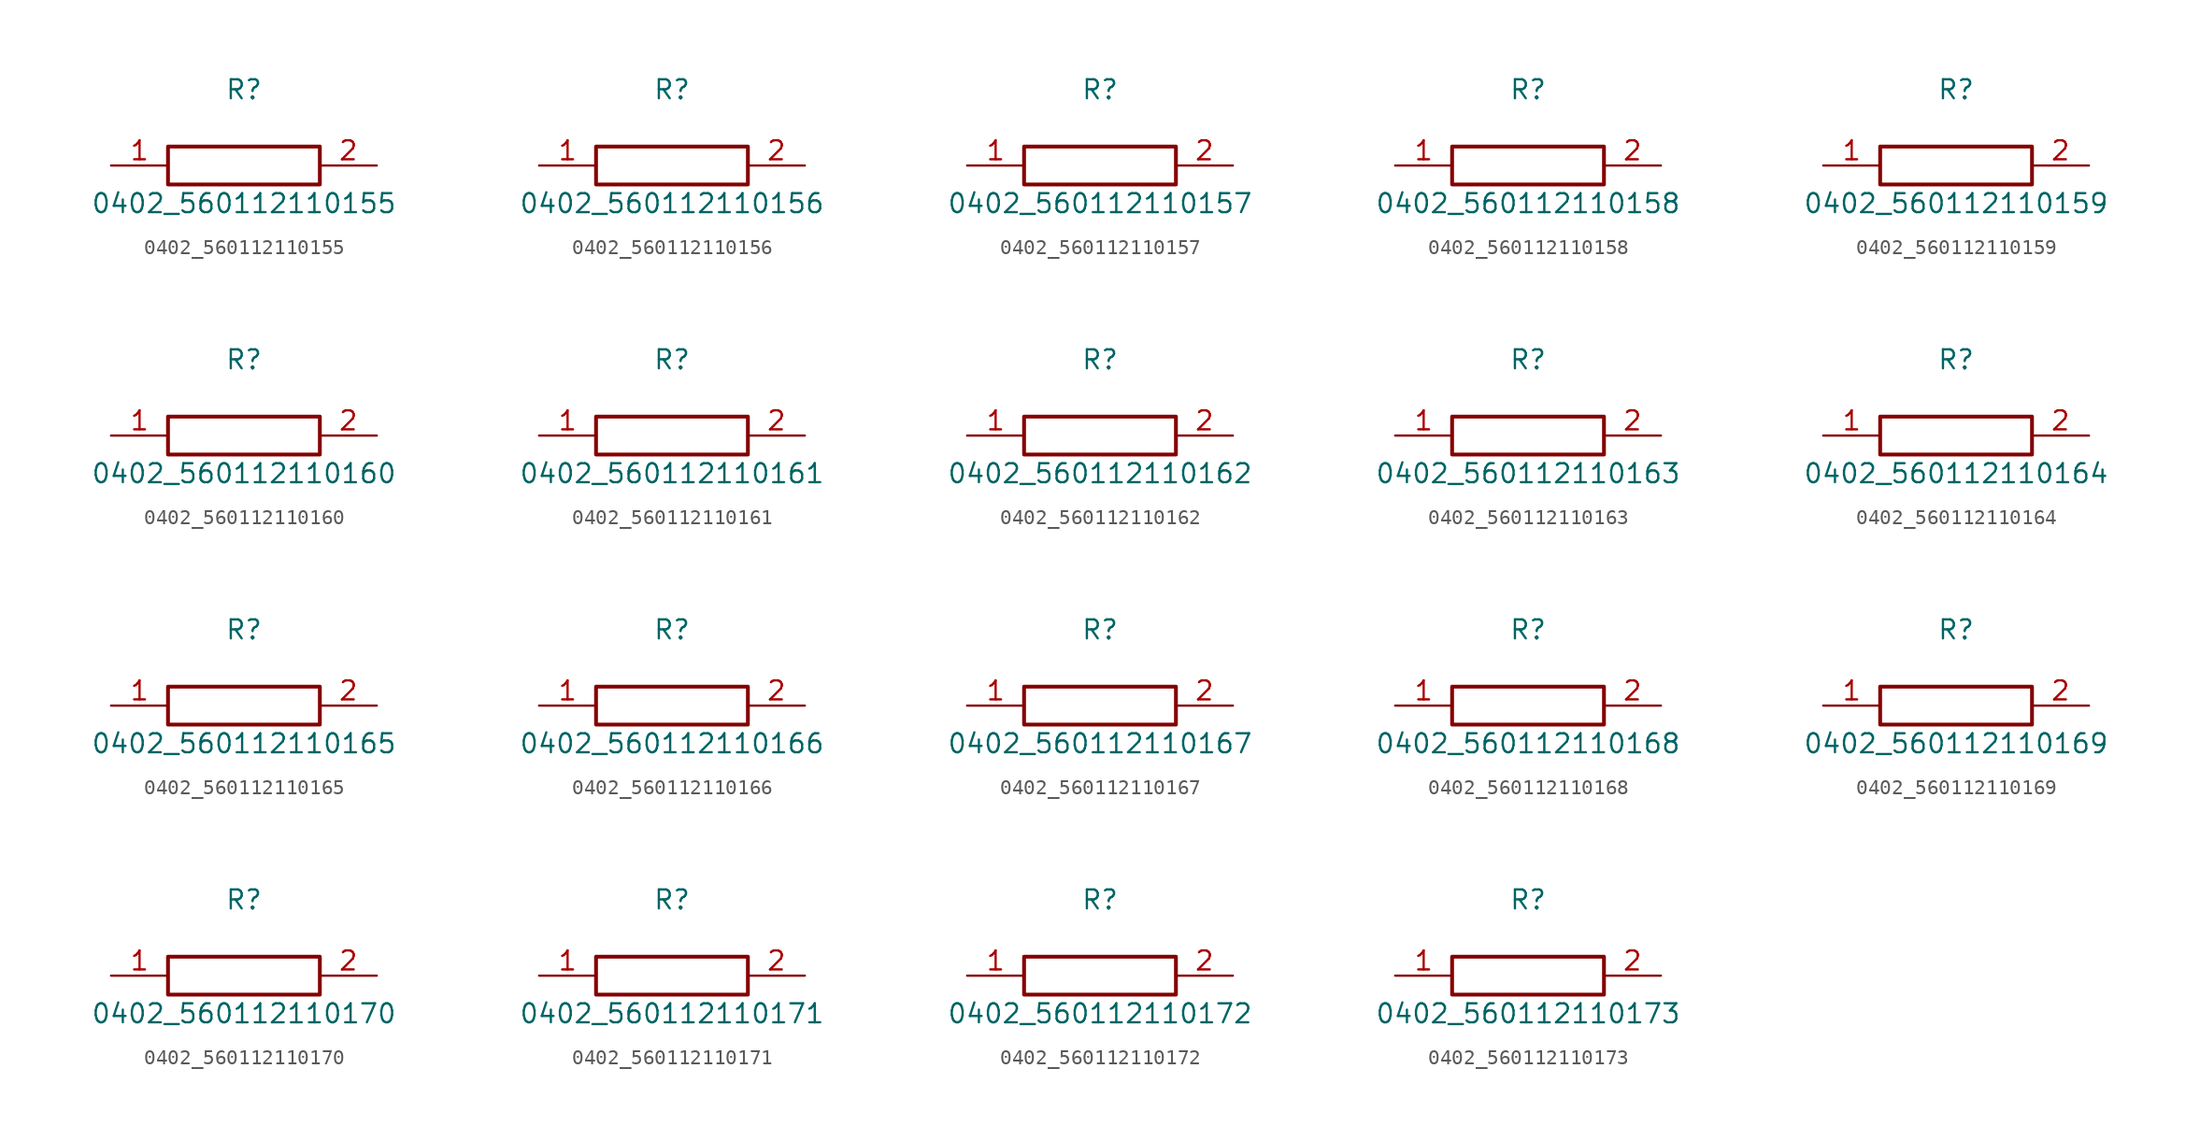
<source format=kicad_sym>
(kicad_symbol_lib
  (version 20211014)
  (generator kicad_symbol_editor)
  (symbol "Resistor_Wurth_WRIS-RSKS:0402_560112110155"
    (pin_names hide)
    (property "Reference" "R"
      (at 0 5.08 0)
      (effects (font (size 1.27 1.27))))
    (property "Value" "0402_560112110155"
      (at 0 -2.54 0)
      (effects (font (size 1.27 1.27))))
    (symbol "0402_560112110155_0_1"
      (rectangle (start -5.08 1.27) (end 5.08 -1.27) (stroke (width 0.254) (type solid)) (fill (type none)))
      (pin passive line (at -8.89 0 0) (length 3.81) (name "1" (effects (font (size 1.27 1.27)))) (number "1" (effects (font (size 1.27 1.27)))))
      (pin passive line (at 8.89 0 180) (length 3.81) (name "2" (effects (font (size 1.27 1.27)))) (number "2" (effects (font (size 1.27 1.27)))))))
  (symbol "Resistor_Wurth_WRIS-RSKS:0402_560112110156"
    (pin_names hide)
    (property "Reference" "R"
      (at 0 5.08 0)
      (effects (font (size 1.27 1.27))))
    (property "Value" "0402_560112110156"
      (at 0 -2.54 0)
      (effects (font (size 1.27 1.27))))
    (symbol "0402_560112110156_0_1"
      (rectangle (start -5.08 1.27) (end 5.08 -1.27) (stroke (width 0.254) (type solid)) (fill (type none)))
      (pin passive line (at -8.89 0 0) (length 3.81) (name "1" (effects (font (size 1.27 1.27)))) (number "1" (effects (font (size 1.27 1.27)))))
      (pin passive line (at 8.89 0 180) (length 3.81) (name "2" (effects (font (size 1.27 1.27)))) (number "2" (effects (font (size 1.27 1.27)))))))
  (symbol "Resistor_Wurth_WRIS-RSKS:0402_560112110157"
    (pin_names hide)
    (property "Reference" "R"
      (at 0 5.08 0)
      (effects (font (size 1.27 1.27))))
    (property "Value" "0402_560112110157"
      (at 0 -2.54 0)
      (effects (font (size 1.27 1.27))))
    (symbol "0402_560112110157_0_1"
      (rectangle (start -5.08 1.27) (end 5.08 -1.27) (stroke (width 0.254) (type solid)) (fill (type none)))
      (pin passive line (at -8.89 0 0) (length 3.81) (name "1" (effects (font (size 1.27 1.27)))) (number "1" (effects (font (size 1.27 1.27)))))
      (pin passive line (at 8.89 0 180) (length 3.81) (name "2" (effects (font (size 1.27 1.27)))) (number "2" (effects (font (size 1.27 1.27)))))))
  (symbol "Resistor_Wurth_WRIS-RSKS:0402_560112110158"
    (pin_names hide)
    (property "Reference" "R"
      (at 0 5.08 0)
      (effects (font (size 1.27 1.27))))
    (property "Value" "0402_560112110158"
      (at 0 -2.54 0)
      (effects (font (size 1.27 1.27))))
    (symbol "0402_560112110158_0_1"
      (rectangle (start -5.08 1.27) (end 5.08 -1.27) (stroke (width 0.254) (type solid)) (fill (type none)))
      (pin passive line (at -8.89 0 0) (length 3.81) (name "1" (effects (font (size 1.27 1.27)))) (number "1" (effects (font (size 1.27 1.27)))))
      (pin passive line (at 8.89 0 180) (length 3.81) (name "2" (effects (font (size 1.27 1.27)))) (number "2" (effects (font (size 1.27 1.27)))))))
  (symbol "Resistor_Wurth_WRIS-RSKS:0402_560112110159"
    (pin_names hide)
    (property "Reference" "R"
      (at 0 5.08 0)
      (effects (font (size 1.27 1.27))))
    (property "Value" "0402_560112110159"
      (at 0 -2.54 0)
      (effects (font (size 1.27 1.27))))
    (symbol "0402_560112110159_0_1"
      (rectangle (start -5.08 1.27) (end 5.08 -1.27) (stroke (width 0.254) (type solid)) (fill (type none)))
      (pin passive line (at -8.89 0 0) (length 3.81) (name "1" (effects (font (size 1.27 1.27)))) (number "1" (effects (font (size 1.27 1.27)))))
      (pin passive line (at 8.89 0 180) (length 3.81) (name "2" (effects (font (size 1.27 1.27)))) (number "2" (effects (font (size 1.27 1.27)))))))
  (symbol "Resistor_Wurth_WRIS-RSKS:0402_560112110160"
    (pin_names hide)
    (property "Reference" "R"
      (at 0 5.08 0)
      (effects (font (size 1.27 1.27))))
    (property "Value" "0402_560112110160"
      (at 0 -2.54 0)
      (effects (font (size 1.27 1.27))))
    (symbol "0402_560112110160_0_1"
      (rectangle (start -5.08 1.27) (end 5.08 -1.27) (stroke (width 0.254) (type solid)) (fill (type none)))
      (pin passive line (at -8.89 0 0) (length 3.81) (name "1" (effects (font (size 1.27 1.27)))) (number "1" (effects (font (size 1.27 1.27)))))
      (pin passive line (at 8.89 0 180) (length 3.81) (name "2" (effects (font (size 1.27 1.27)))) (number "2" (effects (font (size 1.27 1.27)))))))
  (symbol "Resistor_Wurth_WRIS-RSKS:0402_560112110161"
    (pin_names hide)
    (property "Reference" "R"
      (at 0 5.08 0)
      (effects (font (size 1.27 1.27))))
    (property "Value" "0402_560112110161"
      (at 0 -2.54 0)
      (effects (font (size 1.27 1.27))))
    (symbol "0402_560112110161_0_1"
      (rectangle (start -5.08 1.27) (end 5.08 -1.27) (stroke (width 0.254) (type solid)) (fill (type none)))
      (pin passive line (at -8.89 0 0) (length 3.81) (name "1" (effects (font (size 1.27 1.27)))) (number "1" (effects (font (size 1.27 1.27)))))
      (pin passive line (at 8.89 0 180) (length 3.81) (name "2" (effects (font (size 1.27 1.27)))) (number "2" (effects (font (size 1.27 1.27)))))))
  (symbol "Resistor_Wurth_WRIS-RSKS:0402_560112110162"
    (pin_names hide)
    (property "Reference" "R"
      (at 0 5.08 0)
      (effects (font (size 1.27 1.27))))
    (property "Value" "0402_560112110162"
      (at 0 -2.54 0)
      (effects (font (size 1.27 1.27))))
    (symbol "0402_560112110162_0_1"
      (rectangle (start -5.08 1.27) (end 5.08 -1.27) (stroke (width 0.254) (type solid)) (fill (type none)))
      (pin passive line (at -8.89 0 0) (length 3.81) (name "1" (effects (font (size 1.27 1.27)))) (number "1" (effects (font (size 1.27 1.27)))))
      (pin passive line (at 8.89 0 180) (length 3.81) (name "2" (effects (font (size 1.27 1.27)))) (number "2" (effects (font (size 1.27 1.27)))))))
  (symbol "Resistor_Wurth_WRIS-RSKS:0402_560112110163"
    (pin_names hide)
    (property "Reference" "R"
      (at 0 5.08 0)
      (effects (font (size 1.27 1.27))))
    (property "Value" "0402_560112110163"
      (at 0 -2.54 0)
      (effects (font (size 1.27 1.27))))
    (symbol "0402_560112110163_0_1"
      (rectangle (start -5.08 1.27) (end 5.08 -1.27) (stroke (width 0.254) (type solid)) (fill (type none)))
      (pin passive line (at -8.89 0 0) (length 3.81) (name "1" (effects (font (size 1.27 1.27)))) (number "1" (effects (font (size 1.27 1.27)))))
      (pin passive line (at 8.89 0 180) (length 3.81) (name "2" (effects (font (size 1.27 1.27)))) (number "2" (effects (font (size 1.27 1.27)))))))
  (symbol "Resistor_Wurth_WRIS-RSKS:0402_560112110164"
    (pin_names hide)
    (property "Reference" "R"
      (at 0 5.08 0)
      (effects (font (size 1.27 1.27))))
    (property "Value" "0402_560112110164"
      (at 0 -2.54 0)
      (effects (font (size 1.27 1.27))))
    (symbol "0402_560112110164_0_1"
      (rectangle (start -5.08 1.27) (end 5.08 -1.27) (stroke (width 0.254) (type solid)) (fill (type none)))
      (pin passive line (at -8.89 0 0) (length 3.81) (name "1" (effects (font (size 1.27 1.27)))) (number "1" (effects (font (size 1.27 1.27)))))
      (pin passive line (at 8.89 0 180) (length 3.81) (name "2" (effects (font (size 1.27 1.27)))) (number "2" (effects (font (size 1.27 1.27)))))))
  (symbol "Resistor_Wurth_WRIS-RSKS:0402_560112110165"
    (pin_names hide)
    (property "Reference" "R"
      (at 0 5.08 0)
      (effects (font (size 1.27 1.27))))
    (property "Value" "0402_560112110165"
      (at 0 -2.54 0)
      (effects (font (size 1.27 1.27))))
    (symbol "0402_560112110165_0_1"
      (rectangle (start -5.08 1.27) (end 5.08 -1.27) (stroke (width 0.254) (type solid)) (fill (type none)))
      (pin passive line (at -8.89 0 0) (length 3.81) (name "1" (effects (font (size 1.27 1.27)))) (number "1" (effects (font (size 1.27 1.27)))))
      (pin passive line (at 8.89 0 180) (length 3.81) (name "2" (effects (font (size 1.27 1.27)))) (number "2" (effects (font (size 1.27 1.27)))))))
  (symbol "Resistor_Wurth_WRIS-RSKS:0402_560112110166"
    (pin_names hide)
    (property "Reference" "R"
      (at 0 5.08 0)
      (effects (font (size 1.27 1.27))))
    (property "Value" "0402_560112110166"
      (at 0 -2.54 0)
      (effects (font (size 1.27 1.27))))
    (symbol "0402_560112110166_0_1"
      (rectangle (start -5.08 1.27) (end 5.08 -1.27) (stroke (width 0.254) (type solid)) (fill (type none)))
      (pin passive line (at -8.89 0 0) (length 3.81) (name "1" (effects (font (size 1.27 1.27)))) (number "1" (effects (font (size 1.27 1.27)))))
      (pin passive line (at 8.89 0 180) (length 3.81) (name "2" (effects (font (size 1.27 1.27)))) (number "2" (effects (font (size 1.27 1.27)))))))
  (symbol "Resistor_Wurth_WRIS-RSKS:0402_560112110167"
    (pin_names hide)
    (property "Reference" "R"
      (at 0 5.08 0)
      (effects (font (size 1.27 1.27))))
    (property "Value" "0402_560112110167"
      (at 0 -2.54 0)
      (effects (font (size 1.27 1.27))))
    (symbol "0402_560112110167_0_1"
      (rectangle (start -5.08 1.27) (end 5.08 -1.27) (stroke (width 0.254) (type solid)) (fill (type none)))
      (pin passive line (at -8.89 0 0) (length 3.81) (name "1" (effects (font (size 1.27 1.27)))) (number "1" (effects (font (size 1.27 1.27)))))
      (pin passive line (at 8.89 0 180) (length 3.81) (name "2" (effects (font (size 1.27 1.27)))) (number "2" (effects (font (size 1.27 1.27)))))))
  (symbol "Resistor_Wurth_WRIS-RSKS:0402_560112110168"
    (pin_names hide)
    (property "Reference" "R"
      (at 0 5.08 0)
      (effects (font (size 1.27 1.27))))
    (property "Value" "0402_560112110168"
      (at 0 -2.54 0)
      (effects (font (size 1.27 1.27))))
    (symbol "0402_560112110168_0_1"
      (rectangle (start -5.08 1.27) (end 5.08 -1.27) (stroke (width 0.254) (type solid)) (fill (type none)))
      (pin passive line (at -8.89 0 0) (length 3.81) (name "1" (effects (font (size 1.27 1.27)))) (number "1" (effects (font (size 1.27 1.27)))))
      (pin passive line (at 8.89 0 180) (length 3.81) (name "2" (effects (font (size 1.27 1.27)))) (number "2" (effects (font (size 1.27 1.27)))))))
  (symbol "Resistor_Wurth_WRIS-RSKS:0402_560112110169"
    (pin_names hide)
    (property "Reference" "R"
      (at 0 5.08 0)
      (effects (font (size 1.27 1.27))))
    (property "Value" "0402_560112110169"
      (at 0 -2.54 0)
      (effects (font (size 1.27 1.27))))
    (symbol "0402_560112110169_0_1"
      (rectangle (start -5.08 1.27) (end 5.08 -1.27) (stroke (width 0.254) (type solid)) (fill (type none)))
      (pin passive line (at -8.89 0 0) (length 3.81) (name "1" (effects (font (size 1.27 1.27)))) (number "1" (effects (font (size 1.27 1.27)))))
      (pin passive line (at 8.89 0 180) (length 3.81) (name "2" (effects (font (size 1.27 1.27)))) (number "2" (effects (font (size 1.27 1.27)))))))
  (symbol "Resistor_Wurth_WRIS-RSKS:0402_560112110170"
    (pin_names hide)
    (property "Reference" "R"
      (at 0 5.08 0)
      (effects (font (size 1.27 1.27))))
    (property "Value" "0402_560112110170"
      (at 0 -2.54 0)
      (effects (font (size 1.27 1.27))))
    (symbol "0402_560112110170_0_1"
      (rectangle (start -5.08 1.27) (end 5.08 -1.27) (stroke (width 0.254) (type solid)) (fill (type none)))
      (pin passive line (at -8.89 0 0) (length 3.81) (name "1" (effects (font (size 1.27 1.27)))) (number "1" (effects (font (size 1.27 1.27)))))
      (pin passive line (at 8.89 0 180) (length 3.81) (name "2" (effects (font (size 1.27 1.27)))) (number "2" (effects (font (size 1.27 1.27)))))))
  (symbol "Resistor_Wurth_WRIS-RSKS:0402_560112110171"
    (pin_names hide)
    (property "Reference" "R"
      (at 0 5.08 0)
      (effects (font (size 1.27 1.27))))
    (property "Value" "0402_560112110171"
      (at 0 -2.54 0)
      (effects (font (size 1.27 1.27))))
    (symbol "0402_560112110171_0_1"
      (rectangle (start -5.08 1.27) (end 5.08 -1.27) (stroke (width 0.254) (type solid)) (fill (type none)))
      (pin passive line (at -8.89 0 0) (length 3.81) (name "1" (effects (font (size 1.27 1.27)))) (number "1" (effects (font (size 1.27 1.27)))))
      (pin passive line (at 8.89 0 180) (length 3.81) (name "2" (effects (font (size 1.27 1.27)))) (number "2" (effects (font (size 1.27 1.27)))))))
  (symbol "Resistor_Wurth_WRIS-RSKS:0402_560112110172"
    (pin_names hide)
    (property "Reference" "R"
      (at 0 5.08 0)
      (effects (font (size 1.27 1.27))))
    (property "Value" "0402_560112110172"
      (at 0 -2.54 0)
      (effects (font (size 1.27 1.27))))
    (symbol "0402_560112110172_0_1"
      (rectangle (start -5.08 1.27) (end 5.08 -1.27) (stroke (width 0.254) (type solid)) (fill (type none)))
      (pin passive line (at -8.89 0 0) (length 3.81) (name "1" (effects (font (size 1.27 1.27)))) (number "1" (effects (font (size 1.27 1.27)))))
      (pin passive line (at 8.89 0 180) (length 3.81) (name "2" (effects (font (size 1.27 1.27)))) (number "2" (effects (font (size 1.27 1.27)))))))
  (symbol "Resistor_Wurth_WRIS-RSKS:0402_560112110173"
    (pin_names hide)
    (property "Reference" "R"
      (at 0 5.08 0)
      (effects (font (size 1.27 1.27))))
    (property "Value" "0402_560112110173"
      (at 0 -2.54 0)
      (effects (font (size 1.27 1.27))))
    (symbol "0402_560112110173_0_1"
      (rectangle (start -5.08 1.27) (end 5.08 -1.27) (stroke (width 0.254) (type solid)) (fill (type none)))
      (pin passive line (at -8.89 0 0) (length 3.81) (name "1" (effects (font (size 1.27 1.27)))) (number "1" (effects (font (size 1.27 1.27)))))
      (pin passive line (at 8.89 0 180) (length 3.81) (name "2" (effects (font (size 1.27 1.27)))) (number "2" (effects (font (size 1.27 1.27))))))))
</source>
